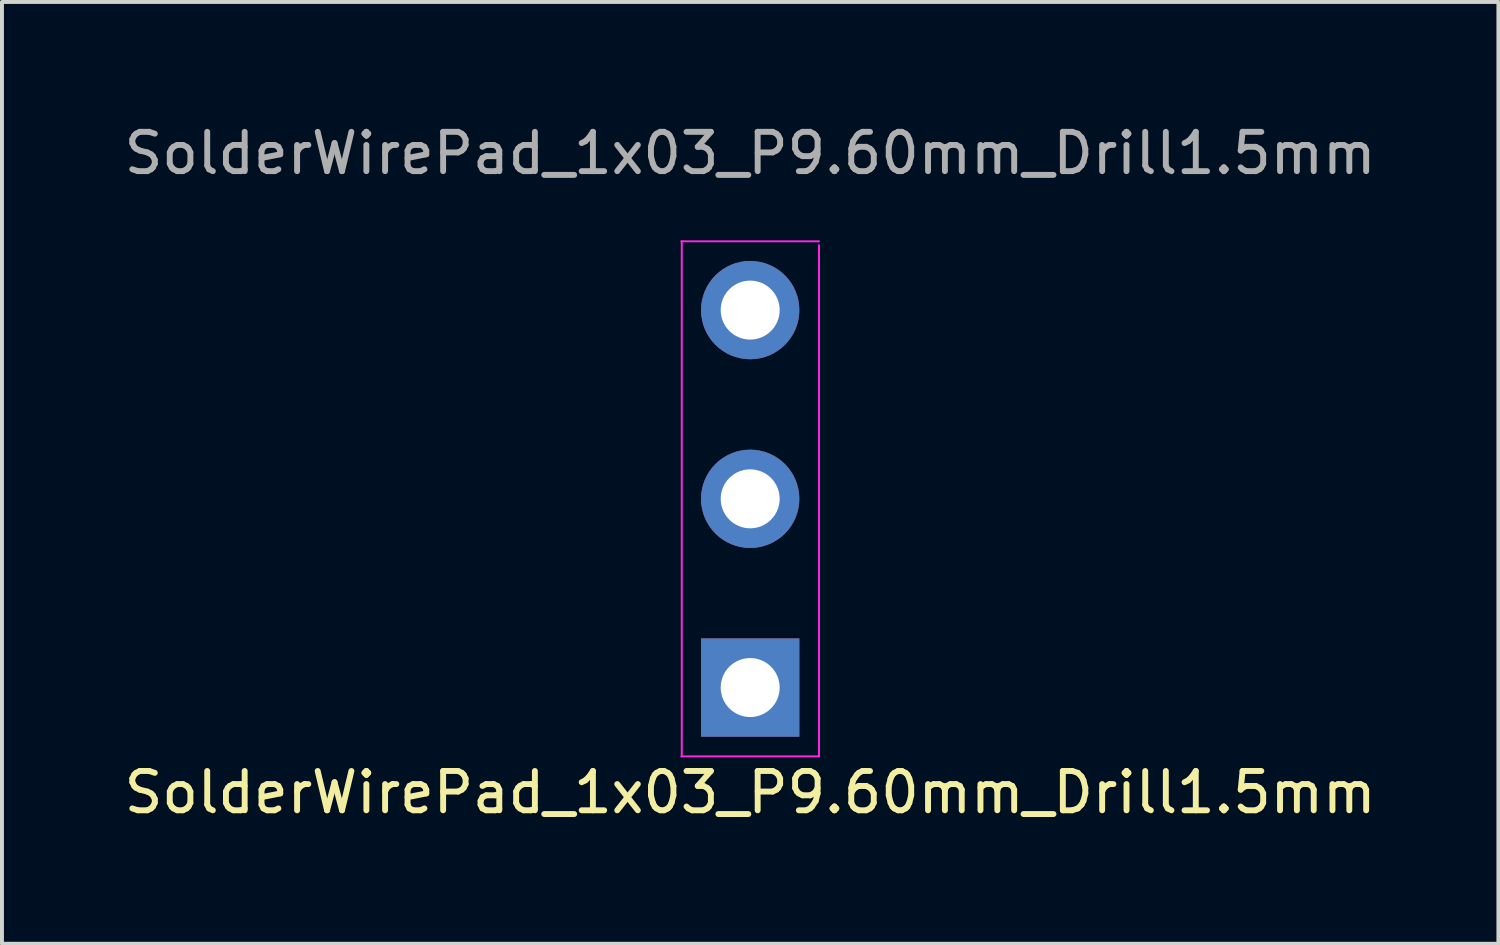
<source format=kicad_pcb>
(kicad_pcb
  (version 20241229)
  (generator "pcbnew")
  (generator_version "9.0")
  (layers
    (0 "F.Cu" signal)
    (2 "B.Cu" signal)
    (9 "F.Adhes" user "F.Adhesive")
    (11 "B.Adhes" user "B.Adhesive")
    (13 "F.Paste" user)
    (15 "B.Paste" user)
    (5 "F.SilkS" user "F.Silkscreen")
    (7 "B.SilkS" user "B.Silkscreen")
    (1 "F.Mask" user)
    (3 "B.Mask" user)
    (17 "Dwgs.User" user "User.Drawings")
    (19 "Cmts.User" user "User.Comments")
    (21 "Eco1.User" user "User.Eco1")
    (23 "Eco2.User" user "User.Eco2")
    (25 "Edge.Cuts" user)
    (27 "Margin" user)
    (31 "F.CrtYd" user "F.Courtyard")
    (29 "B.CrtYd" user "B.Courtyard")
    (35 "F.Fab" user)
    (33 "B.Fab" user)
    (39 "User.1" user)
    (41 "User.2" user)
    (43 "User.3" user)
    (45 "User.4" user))
  (footprint "SolderWirePad_1x03_P9.60mm_Drill1.5mm"
    (layer "F.Cu")
    (at 16.03 14.437)
    (property "Reference" "SolderWirePad_1x03_P9.60mm_Drill1.5mm" (at 0 2.667 0) (layer "F.SilkS") (effects (font (size 1 1) (thickness 0.15))))
    (attr exclude_from_pos_files exclude_from_bom)
    (fp_line (start -1.75 -11.35) (end 1.75 -11.35) (stroke (width 0.05) (type solid)) (layer "F.CrtYd"))
    (fp_line (start -1.74 -11.35) (end -1.74 1.75) (stroke (width 0.05) (type solid)) (layer "F.CrtYd"))
    (fp_line (start 1.75 1.75) (end -1.75 1.75) (stroke (width 0.05) (type solid)) (layer "F.CrtYd"))
    (fp_line (start 1.75 1.75) (end 1.75 -11.25) (stroke (width 0.05) (type solid)) (layer "F.CrtYd"))
    (fp_text user "${REFERENCE}" (at 0 -13.589 0) (layer "F.Fab") (effects (font (size 1 1) (thickness 0.15))))
    (pad "1" thru_hole rect (at 0 0) (size 2.5 2.5) (drill 1.5) (layers "*.Cu" "*.Mask"))
    (pad "2" thru_hole circle (at 0 -4.8) (size 2.5 2.5) (drill 1.5) (layers "*.Cu" "*.Mask"))
    (pad "3" thru_hole circle (at 0 -9.6) (size 2.5 2.5) (drill 1.5) (layers "*.Cu" "*.Mask")))
  (gr_rect
    (start -3 -3)
    (end 35.06 20.953)
    (stroke (width 0.1) (type default))
    (fill no)
    (layer "Edge.Cuts")))
</source>
